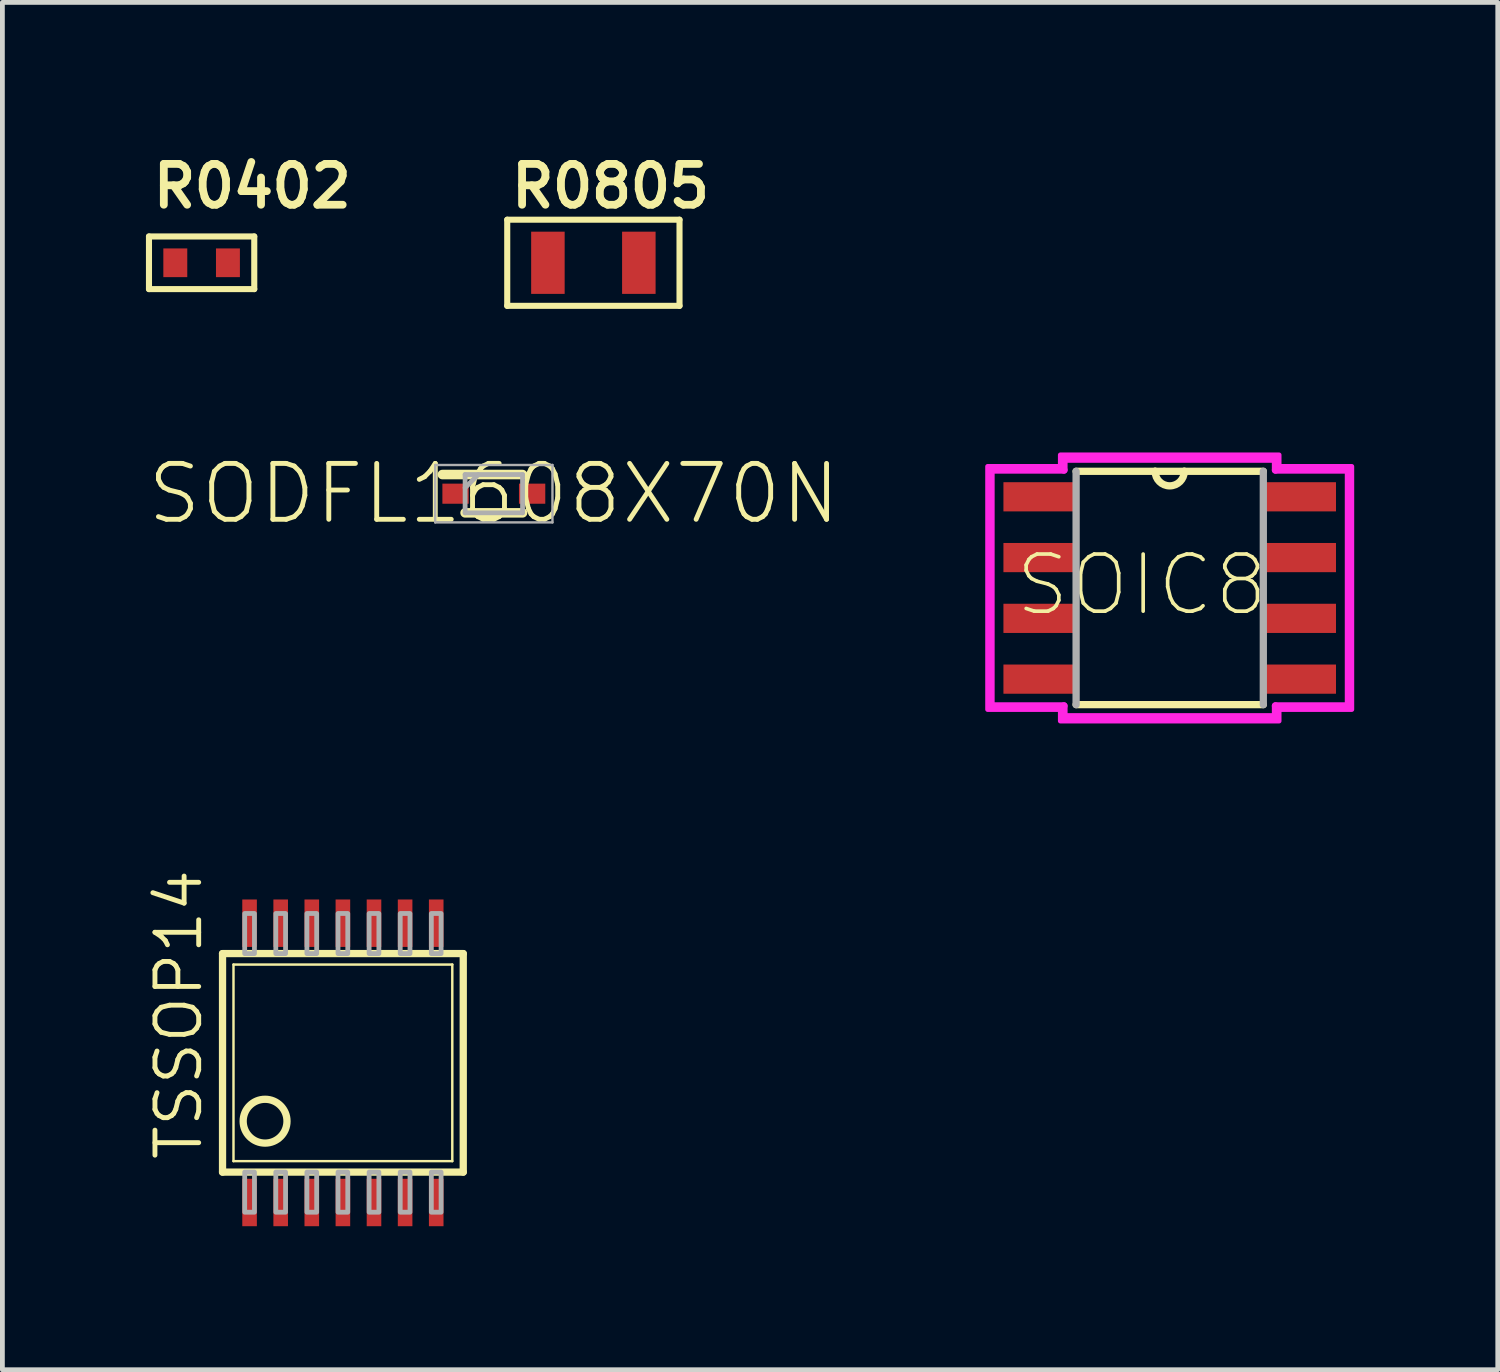
<source format=kicad_pcb>
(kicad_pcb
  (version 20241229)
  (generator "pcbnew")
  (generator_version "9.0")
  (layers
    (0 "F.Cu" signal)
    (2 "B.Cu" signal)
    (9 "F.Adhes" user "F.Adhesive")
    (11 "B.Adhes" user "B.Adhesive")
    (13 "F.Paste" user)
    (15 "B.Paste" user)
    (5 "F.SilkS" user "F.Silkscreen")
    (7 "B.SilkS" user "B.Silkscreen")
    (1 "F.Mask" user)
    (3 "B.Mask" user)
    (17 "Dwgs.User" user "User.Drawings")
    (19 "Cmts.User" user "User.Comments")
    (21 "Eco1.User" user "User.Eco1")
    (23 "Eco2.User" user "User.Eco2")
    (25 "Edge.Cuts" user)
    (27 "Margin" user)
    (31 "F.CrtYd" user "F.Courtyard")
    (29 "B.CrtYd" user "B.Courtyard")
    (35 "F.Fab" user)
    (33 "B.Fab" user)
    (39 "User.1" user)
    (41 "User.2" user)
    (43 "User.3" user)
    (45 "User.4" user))
  (footprint "TSSOP14"
    (layer "F.Cu")
    (at 4.115 19.159)
    (property "Reference" "TSSOP14" (at -2.896 2.083 90) (unlocked yes) (layer "F.SilkS") (effects (font (size 0.914 0.914) (thickness 0.102)) (justify left bottom)))
    (fp_line (start -2.515 2.283) (end -2.515 -2.283) (stroke (width 0.152) (type solid)) (layer "F.SilkS"))
    (fp_line (start -2.515 2.283) (end 2.515 2.283) (stroke (width 0.152) (type solid)) (layer "F.SilkS"))
    (fp_line (start -2.286 2.054) (end -2.286 -2.054) (stroke (width 0.051) (type solid)) (layer "F.SilkS"))
    (fp_line (start -2.286 2.054) (end 2.286 2.054) (stroke (width 0.051) (type solid)) (layer "F.SilkS"))
    (fp_line (start 2.286 -2.054) (end -2.286 -2.054) (stroke (width 0.051) (type solid)) (layer "F.SilkS"))
    (fp_line (start 2.286 -2.054) (end 2.286 2.054) (stroke (width 0.051) (type solid)) (layer "F.SilkS"))
    (fp_line (start 2.515 -2.283) (end -2.515 -2.283) (stroke (width 0.152) (type solid)) (layer "F.SilkS"))
    (fp_line (start 2.515 -2.283) (end 2.515 2.283) (stroke (width 0.152) (type solid)) (layer "F.SilkS"))
    (fp_circle (center -1.626 1.219) (end -1.168 1.219) (stroke (width 0.152) (type solid)) (fill no) (layer "F.SilkS"))
    (fp_poly (pts (xy -2.052 -2.283) (xy -1.848 -2.283) (xy -1.848 -3.121) (xy -2.052 -3.121)) (stroke (width 0.1) (type default)) (fill no) (layer "F.Fab"))
    (fp_poly (pts (xy -2.052 3.121) (xy -1.848 3.121) (xy -1.848 2.283) (xy -2.052 2.283)) (stroke (width 0.1) (type default)) (fill no) (layer "F.Fab"))
    (fp_poly (pts (xy -1.402 -2.283) (xy -1.198 -2.283) (xy -1.198 -3.121) (xy -1.402 -3.121)) (stroke (width 0.1) (type default)) (fill no) (layer "F.Fab"))
    (fp_poly (pts (xy -1.402 3.121) (xy -1.198 3.121) (xy -1.198 2.283) (xy -1.402 2.283)) (stroke (width 0.1) (type default)) (fill no) (layer "F.Fab"))
    (fp_poly (pts (xy -0.752 -2.283) (xy -0.548 -2.283) (xy -0.548 -3.121) (xy -0.752 -3.121)) (stroke (width 0.1) (type default)) (fill no) (layer "F.Fab"))
    (fp_poly (pts (xy -0.752 3.121) (xy -0.548 3.121) (xy -0.548 2.283) (xy -0.752 2.283)) (stroke (width 0.1) (type default)) (fill no) (layer "F.Fab"))
    (fp_poly (pts (xy -0.102 -2.283) (xy 0.102 -2.283) (xy 0.102 -3.121) (xy -0.102 -3.121)) (stroke (width 0.1) (type default)) (fill no) (layer "F.Fab"))
    (fp_poly (pts (xy -0.102 3.121) (xy 0.102 3.121) (xy 0.102 2.283) (xy -0.102 2.283)) (stroke (width 0.1) (type default)) (fill no) (layer "F.Fab"))
    (fp_poly (pts (xy 0.548 -2.283) (xy 0.752 -2.283) (xy 0.752 -3.121) (xy 0.548 -3.121)) (stroke (width 0.1) (type default)) (fill no) (layer "F.Fab"))
    (fp_poly (pts (xy 0.548 3.121) (xy 0.752 3.121) (xy 0.752 2.283) (xy 0.548 2.283)) (stroke (width 0.1) (type default)) (fill no) (layer "F.Fab"))
    (fp_poly (pts (xy 1.198 -2.283) (xy 1.402 -2.283) (xy 1.402 -3.121) (xy 1.198 -3.121)) (stroke (width 0.1) (type default)) (fill no) (layer "F.Fab"))
    (fp_poly (pts (xy 1.198 3.121) (xy 1.402 3.121) (xy 1.402 2.283) (xy 1.198 2.283)) (stroke (width 0.1) (type default)) (fill no) (layer "F.Fab"))
    (fp_poly (pts (xy 1.848 -2.283) (xy 2.052 -2.283) (xy 2.052 -3.121) (xy 1.848 -3.121)) (stroke (width 0.1) (type default)) (fill no) (layer "F.Fab"))
    (fp_poly (pts (xy 1.848 3.121) (xy 2.052 3.121) (xy 2.052 2.283) (xy 1.848 2.283)) (stroke (width 0.1) (type default)) (fill no) (layer "F.Fab"))
    (pad "1" smd rect (at -1.95 2.918) (size 0.305 0.991) (layers "F.Cu" "F.Mask" "F.Paste"))
    (pad "2" smd rect (at -1.3 2.918) (size 0.305 0.991) (layers "F.Cu" "F.Mask" "F.Paste"))
    (pad "3" smd rect (at -0.65 2.918) (size 0.305 0.991) (layers "F.Cu" "F.Mask" "F.Paste"))
    (pad "4" smd rect (at 0 2.918) (size 0.305 0.991) (layers "F.Cu" "F.Mask" "F.Paste"))
    (pad "5" smd rect (at 0.65 2.918) (size 0.305 0.991) (layers "F.Cu" "F.Mask" "F.Paste"))
    (pad "6" smd rect (at 1.3 2.918) (size 0.305 0.991) (layers "F.Cu" "F.Mask" "F.Paste"))
    (pad "7" smd rect (at 1.95 2.918) (size 0.305 0.991) (layers "F.Cu" "F.Mask" "F.Paste"))
    (pad "8" smd rect (at 1.95 -2.918) (size 0.305 0.991) (layers "F.Cu" "F.Mask" "F.Paste"))
    (pad "9" smd rect (at 1.3 -2.918) (size 0.305 0.991) (layers "F.Cu" "F.Mask" "F.Paste"))
    (pad "10" smd rect (at 0.65 -2.918) (size 0.305 0.991) (layers "F.Cu" "F.Mask" "F.Paste"))
    (pad "11" smd rect (at 0 -2.918) (size 0.305 0.991) (layers "F.Cu" "F.Mask" "F.Paste"))
    (pad "12" smd rect (at -0.65 -2.918) (size 0.305 0.991) (layers "F.Cu" "F.Mask" "F.Paste"))
    (pad "13" smd rect (at -1.3 -2.918) (size 0.305 0.991) (layers "F.Cu" "F.Mask" "F.Paste"))
    (pad "14" smd rect (at -1.95 -2.918) (size 0.305 0.991) (layers "F.Cu" "F.Mask" "F.Paste")))
  (footprint "R0402"
    (layer "F.Cu")
    (at 1.163 2.441)
    (property "Reference" "R0402" (at -1.1 -1.1 0) (unlocked yes) (layer "F.SilkS") (effects (font (size 0.853 0.853) (thickness 0.163)) (justify left bottom)))
    (fp_line (start -1.1 -0.55) (end -1.1 0.55) (stroke (width 0.127) (type solid)) (layer "F.SilkS"))
    (fp_line (start -1.1 0.55) (end 1.1 0.55) (stroke (width 0.127) (type solid)) (layer "F.SilkS"))
    (fp_line (start 1.1 -0.55) (end -1.1 -0.55) (stroke (width 0.127) (type solid)) (layer "F.SilkS"))
    (fp_line (start 1.1 0.55) (end 1.1 -0.55) (stroke (width 0.127) (type solid)) (layer "F.SilkS"))
    (pad "P$1" smd rect (at -0.55 0 180) (size 0.5 0.6) (layers "F.Cu" "F.Mask" "F.Paste"))
    (pad "P$2" smd rect (at 0.55 0 180) (size 0.5 0.6) (layers "F.Cu" "F.Mask" "F.Paste")))
  (footprint "R0805"
    (layer "F.Cu")
    (at 9.349 2.441)
    (property "Reference" "R0805" (at -1.8 -1.1 0) (unlocked yes) (layer "F.SilkS") (effects (font (size 0.853 0.853) (thickness 0.163)) (justify left bottom)))
    (fp_line (start -1.8 -0.9) (end -1.8 0.9) (stroke (width 0.127) (type solid)) (layer "F.SilkS"))
    (fp_line (start -1.8 0.9) (end 1.8 0.9) (stroke (width 0.127) (type solid)) (layer "F.SilkS"))
    (fp_line (start 1.8 -0.9) (end -1.8 -0.9) (stroke (width 0.127) (type solid)) (layer "F.SilkS"))
    (fp_line (start 1.8 0.9) (end 1.8 -0.9) (stroke (width 0.127) (type solid)) (layer "F.SilkS"))
    (pad "P$1" smd rect (at -0.95 0 180) (size 0.7 1.3) (layers "F.Cu" "F.Mask" "F.Paste"))
    (pad "P$2" smd rect (at 0.95 0 180) (size 0.7 1.3) (layers "F.Cu" "F.Mask" "F.Paste")))
  (footprint "SODFL1608X70N"
    (layer "F.Cu")
    (at 7.269 7.266)
    (property "Reference" "SODFL1608X70N" (at 0 0 0) (unlocked yes) (layer "F.SilkS") (effects (font (size 1.168 1.168) (thickness 0.102))))
    (fp_line (start -1.075 -0.4) (end 0.6 -0.4) (stroke (width 0.2) (type solid)) (layer "F.SilkS"))
    (fp_line (start -0.6 0.4) (end 0.6 0.4) (stroke (width 0.2) (type solid)) (layer "F.SilkS"))
    (fp_line (start -1.225 -0.6) (end 1.225 -0.6) (stroke (width 0.05) (type solid)) (layer "F.Fab"))
    (fp_line (start -1.225 0.6) (end -1.225 -0.6) (stroke (width 0.05) (type solid)) (layer "F.Fab"))
    (fp_line (start -0.6 -0.4) (end 0.6 -0.4) (stroke (width 0.1) (type solid)) (layer "F.Fab"))
    (fp_line (start -0.6 -0.125) (end -0.325 -0.4) (stroke (width 0.1) (type solid)) (layer "F.Fab"))
    (fp_line (start -0.6 0.4) (end -0.6 -0.4) (stroke (width 0.1) (type solid)) (layer "F.Fab"))
    (fp_line (start 0.6 -0.4) (end 0.6 0.4) (stroke (width 0.1) (type solid)) (layer "F.Fab"))
    (fp_line (start 0.6 0.4) (end -0.6 0.4) (stroke (width 0.1) (type solid)) (layer "F.Fab"))
    (fp_line (start 1.225 -0.6) (end 1.225 0.6) (stroke (width 0.05) (type solid)) (layer "F.Fab"))
    (fp_line (start 1.225 0.6) (end -1.225 0.6) (stroke (width 0.05) (type solid)) (layer "F.Fab"))
    (pad "1" smd rect (at -0.8 0) (size 0.55 0.42) (layers "F.Cu" "F.Mask" "F.Paste"))
    (pad "2" smd rect (at 0.8 0) (size 0.55 0.42) (layers "F.Cu" "F.Mask" "F.Paste")))
  (footprint "SOIC8"
    (layer "F.Cu")
    (at 21.392 9.236)
    (property "Reference" "SOIC8" (at -3.277 0.635 0) (unlocked yes) (layer "F.SilkS") (effects (font (size 1.194 1.194) (thickness 0.076)) (justify left bottom)))
    (fp_line (start -1.956 2.438) (end 1.956 2.438) (stroke (width 0.152) (type solid)) (layer "F.SilkS"))
    (fp_line (start -0.305 -2.438) (end -1.956 -2.438) (stroke (width 0.152) (type solid)) (layer "F.SilkS"))
    (fp_line (start 0.305 -2.438) (end -0.305 -2.438) (stroke (width 0.152) (type solid)) (layer "F.SilkS"))
    (fp_line (start 1.956 -2.438) (end 0.305 -2.438) (stroke (width 0.152) (type solid)) (layer "F.SilkS"))
    (fp_arc (start 0.3048 -2.4384) (mid 0 -2.1336) (end -0.3048 -2.4384) (stroke (width 0.1524) (type solid)) (layer "F.SilkS"))
    (fp_line (start -3.734 -2.464) (end -2.21 -2.464) (stroke (width 0.152) (type solid)) (layer "F.CrtYd"))
    (fp_line (start -3.734 2.464) (end -3.734 -2.464) (stroke (width 0.152) (type solid)) (layer "F.CrtYd"))
    (fp_line (start -3.734 2.464) (end -2.21 2.464) (stroke (width 0.152) (type solid)) (layer "F.CrtYd"))
    (fp_line (start -2.21 -2.692) (end 2.21 -2.692) (stroke (width 0.152) (type solid)) (layer "F.CrtYd"))
    (fp_line (start -2.21 -2.464) (end -2.21 -2.692) (stroke (width 0.152) (type solid)) (layer "F.CrtYd"))
    (fp_line (start -2.21 2.692) (end -2.21 2.464) (stroke (width 0.152) (type solid)) (layer "F.CrtYd"))
    (fp_line (start 2.21 -2.692) (end 2.21 -2.464) (stroke (width 0.152) (type solid)) (layer "F.CrtYd"))
    (fp_line (start 2.21 2.464) (end 2.21 2.692) (stroke (width 0.152) (type solid)) (layer "F.CrtYd"))
    (fp_line (start 2.21 2.692) (end -2.21 2.692) (stroke (width 0.152) (type solid)) (layer "F.CrtYd"))
    (fp_line (start 3.734 -2.464) (end 2.21 -2.464) (stroke (width 0.152) (type solid)) (layer "F.CrtYd"))
    (fp_line (start 3.734 -2.464) (end 3.734 2.464) (stroke (width 0.152) (type solid)) (layer "F.CrtYd"))
    (fp_line (start 3.734 2.464) (end 2.21 2.464) (stroke (width 0.152) (type solid)) (layer "F.CrtYd"))
    (fp_poly (pts (xy 2.286 -2.54) (xy 3.805 -2.54) (xy 3.805 2.54) (xy 2.286 2.54) (xy 2.286 2.781) (xy -2.286 2.781) (xy -2.286 2.54) (xy -3.805 2.54) (xy -3.805 -2.54) (xy -2.286 -2.54) (xy -2.286 -2.781) (xy 2.286 -2.781)) (stroke (width 0.1) (type default)) (fill no) (layer "F.CrtYd"))
    (fp_line (start -1.956 -2.438) (end -1.956 2.438) (stroke (width 0.152) (type solid)) (layer "F.Fab"))
    (fp_line (start 1.956 2.438) (end 1.956 -2.438) (stroke (width 0.152) (type solid)) (layer "F.Fab"))
    (pad "1" smd rect (at -2.7 -1.905) (size 1.549 0.61) (layers "F.Cu" "F.Mask" "F.Paste"))
    (pad "2" smd rect (at -2.7 -0.635) (size 1.549 0.61) (layers "F.Cu" "F.Mask" "F.Paste"))
    (pad "3" smd rect (at -2.7 0.635) (size 1.549 0.61) (layers "F.Cu" "F.Mask" "F.Paste"))
    (pad "4" smd rect (at -2.7 1.905) (size 1.549 0.61) (layers "F.Cu" "F.Mask" "F.Paste"))
    (pad "5" smd rect (at 2.7 1.905) (size 1.549 0.61) (layers "F.Cu" "F.Mask" "F.Paste"))
    (pad "6" smd rect (at 2.7 0.635) (size 1.549 0.61) (layers "F.Cu" "F.Mask" "F.Paste"))
    (pad "7" smd rect (at 2.7 -0.635) (size 1.549 0.61) (layers "F.Cu" "F.Mask" "F.Paste"))
    (pad "8" smd rect (at 2.7 -1.905) (size 1.549 0.61) (layers "F.Cu" "F.Mask" "F.Paste")))
  (gr_rect
    (start -3 -3)
    (end 28.247 25.572)
    (stroke (width 0.1) (type default))
    (fill no)
    (layer "Edge.Cuts")))
</source>
